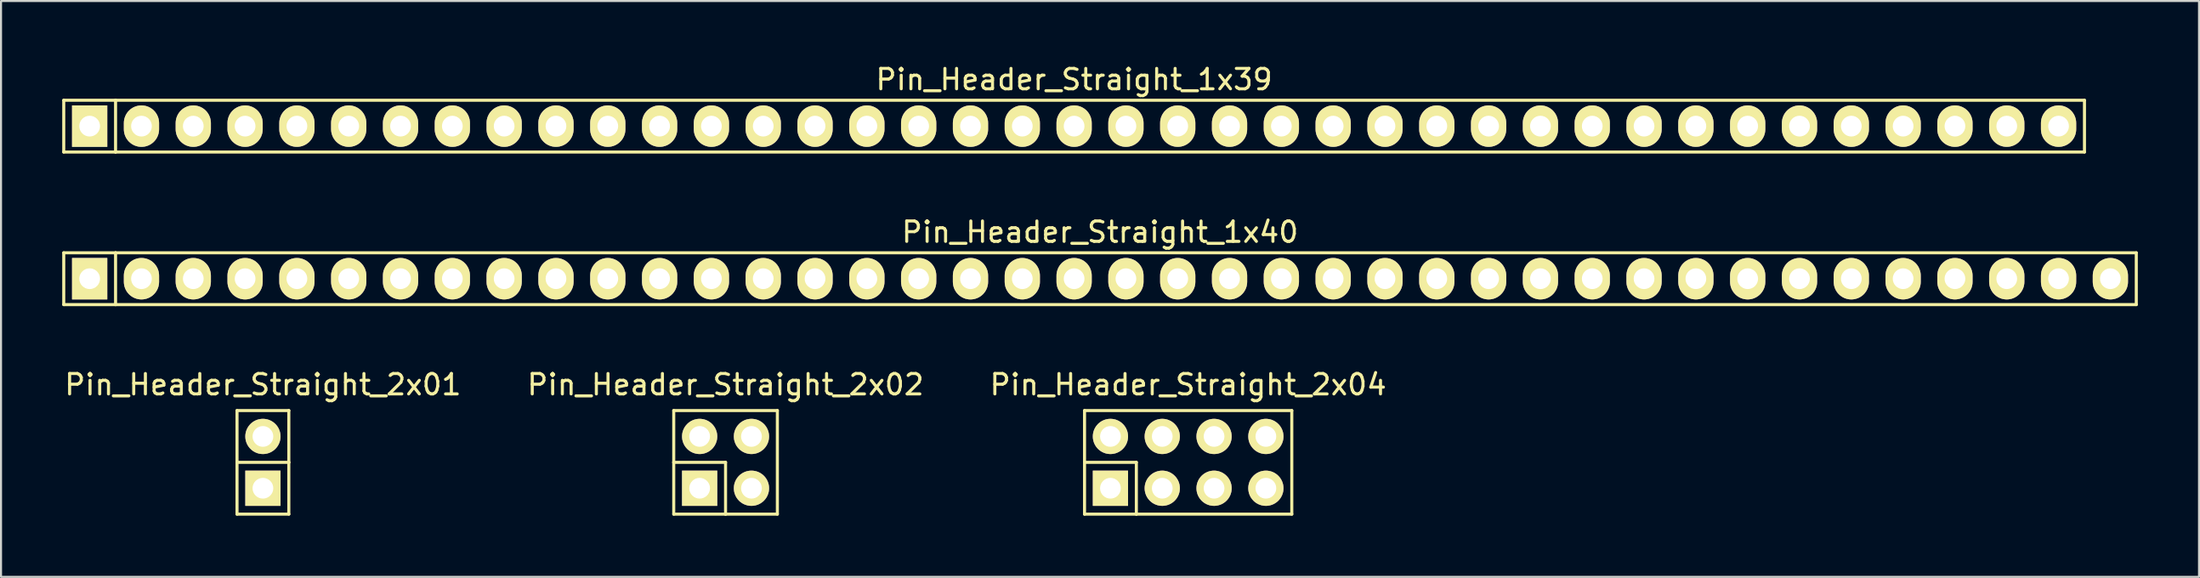
<source format=kicad_pcb>
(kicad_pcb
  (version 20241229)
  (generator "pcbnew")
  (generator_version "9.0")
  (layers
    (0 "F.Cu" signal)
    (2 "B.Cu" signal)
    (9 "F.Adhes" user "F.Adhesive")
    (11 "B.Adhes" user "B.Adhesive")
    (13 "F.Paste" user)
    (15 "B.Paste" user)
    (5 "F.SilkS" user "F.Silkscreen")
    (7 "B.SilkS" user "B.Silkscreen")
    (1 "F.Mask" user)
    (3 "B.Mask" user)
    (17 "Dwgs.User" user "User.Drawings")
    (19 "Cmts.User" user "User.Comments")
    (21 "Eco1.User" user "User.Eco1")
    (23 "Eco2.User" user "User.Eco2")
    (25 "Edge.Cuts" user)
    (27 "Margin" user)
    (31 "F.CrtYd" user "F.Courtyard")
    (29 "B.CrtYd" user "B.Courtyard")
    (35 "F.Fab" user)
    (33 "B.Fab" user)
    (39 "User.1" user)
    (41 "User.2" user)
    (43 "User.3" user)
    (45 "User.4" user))
  (footprint "Pin_Header_Straight_1x40"
    (layer "F.Cu")
    (at 50.875 10.614)
    (property "Reference" "Pin_Header_Straight_1x40" (at 0 -2.286 0) (layer "F.SilkS") (effects (font (size 1 1) (thickness 0.15))))
    (attr through_hole)
    (fp_line (start -50.8 -1.27) (end -50.8 1.27) (stroke (width 0.15) (type solid)) (layer "F.SilkS"))
    (fp_line (start -50.8 -1.27) (end -48.26 -1.27) (stroke (width 0.15) (type solid)) (layer "F.SilkS"))
    (fp_line (start -50.8 1.27) (end -48.26 1.27) (stroke (width 0.15) (type solid)) (layer "F.SilkS"))
    (fp_line (start -48.26 -1.27) (end -48.26 1.27) (stroke (width 0.15) (type solid)) (layer "F.SilkS"))
    (fp_line (start -48.26 1.27) (end 50.8 1.27) (stroke (width 0.15) (type solid)) (layer "F.SilkS"))
    (fp_line (start 50.8 -1.27) (end -48.26 -1.27) (stroke (width 0.15) (type solid)) (layer "F.SilkS"))
    (fp_line (start 50.8 1.27) (end 50.8 -1.27) (stroke (width 0.15) (type solid)) (layer "F.SilkS"))
    (pad "1" thru_hole rect (at -49.53 0) (size 1.727 2.032) (drill 1.016) (layers "*.Cu" "*.Mask" "F.SilkS"))
    (pad "2" thru_hole oval (at -46.99 0) (size 1.727 2.032) (drill 1.016) (layers "*.Cu" "*.Mask" "F.SilkS"))
    (pad "3" thru_hole oval (at -44.45 0) (size 1.727 2.032) (drill 1.016) (layers "*.Cu" "*.Mask" "F.SilkS"))
    (pad "4" thru_hole oval (at -41.91 0) (size 1.727 2.032) (drill 1.016) (layers "*.Cu" "*.Mask" "F.SilkS"))
    (pad "5" thru_hole oval (at -39.37 0) (size 1.727 2.032) (drill 1.016) (layers "*.Cu" "*.Mask" "F.SilkS"))
    (pad "6" thru_hole oval (at -36.83 0) (size 1.727 2.032) (drill 1.016) (layers "*.Cu" "*.Mask" "F.SilkS"))
    (pad "7" thru_hole oval (at -34.29 0) (size 1.727 2.032) (drill 1.016) (layers "*.Cu" "*.Mask" "F.SilkS"))
    (pad "8" thru_hole oval (at -31.75 0) (size 1.727 2.032) (drill 1.016) (layers "*.Cu" "*.Mask" "F.SilkS"))
    (pad "9" thru_hole oval (at -29.21 0) (size 1.727 2.032) (drill 1.016) (layers "*.Cu" "*.Mask" "F.SilkS"))
    (pad "10" thru_hole oval (at -26.67 0) (size 1.727 2.032) (drill 1.016) (layers "*.Cu" "*.Mask" "F.SilkS"))
    (pad "11" thru_hole oval (at -24.13 0) (size 1.727 2.032) (drill 1.016) (layers "*.Cu" "*.Mask" "F.SilkS"))
    (pad "12" thru_hole oval (at -21.59 0) (size 1.727 2.032) (drill 1.016) (layers "*.Cu" "*.Mask" "F.SilkS"))
    (pad "13" thru_hole oval (at -19.05 0) (size 1.727 2.032) (drill 1.016) (layers "*.Cu" "*.Mask" "F.SilkS"))
    (pad "14" thru_hole oval (at -16.51 0) (size 1.727 2.032) (drill 1.016) (layers "*.Cu" "*.Mask" "F.SilkS"))
    (pad "15" thru_hole oval (at -13.97 0) (size 1.727 2.032) (drill 1.016) (layers "*.Cu" "*.Mask" "F.SilkS"))
    (pad "16" thru_hole oval (at -11.43 0) (size 1.727 2.032) (drill 1.016) (layers "*.Cu" "*.Mask" "F.SilkS"))
    (pad "17" thru_hole oval (at -8.89 0) (size 1.727 2.032) (drill 1.016) (layers "*.Cu" "*.Mask" "F.SilkS"))
    (pad "18" thru_hole oval (at -6.35 0) (size 1.727 2.032) (drill 1.016) (layers "*.Cu" "*.Mask" "F.SilkS"))
    (pad "19" thru_hole oval (at -3.81 0) (size 1.727 2.032) (drill 1.016) (layers "*.Cu" "*.Mask" "F.SilkS"))
    (pad "20" thru_hole oval (at -1.27 0) (size 1.727 2.032) (drill 1.016) (layers "*.Cu" "*.Mask" "F.SilkS"))
    (pad "21" thru_hole oval (at 1.27 0) (size 1.727 2.032) (drill 1.016) (layers "*.Cu" "*.Mask" "F.SilkS"))
    (pad "22" thru_hole oval (at 3.81 0) (size 1.727 2.032) (drill 1.016) (layers "*.Cu" "*.Mask" "F.SilkS"))
    (pad "23" thru_hole oval (at 6.35 0) (size 1.727 2.032) (drill 1.016) (layers "*.Cu" "*.Mask" "F.SilkS"))
    (pad "24" thru_hole oval (at 8.89 0) (size 1.727 2.032) (drill 1.016) (layers "*.Cu" "*.Mask" "F.SilkS"))
    (pad "25" thru_hole oval (at 11.43 0) (size 1.727 2.032) (drill 1.016) (layers "*.Cu" "*.Mask" "F.SilkS"))
    (pad "26" thru_hole oval (at 13.97 0) (size 1.727 2.032) (drill 1.016) (layers "*.Cu" "*.Mask" "F.SilkS"))
    (pad "27" thru_hole oval (at 16.51 0) (size 1.727 2.032) (drill 1.016) (layers "*.Cu" "*.Mask" "F.SilkS"))
    (pad "28" thru_hole oval (at 19.05 0) (size 1.727 2.032) (drill 1.016) (layers "*.Cu" "*.Mask" "F.SilkS"))
    (pad "29" thru_hole oval (at 21.59 0) (size 1.727 2.032) (drill 1.016) (layers "*.Cu" "*.Mask" "F.SilkS"))
    (pad "30" thru_hole oval (at 24.13 0) (size 1.727 2.032) (drill 1.016) (layers "*.Cu" "*.Mask" "F.SilkS"))
    (pad "31" thru_hole oval (at 26.67 0) (size 1.727 2.032) (drill 1.016) (layers "*.Cu" "*.Mask" "F.SilkS"))
    (pad "32" thru_hole oval (at 29.21 0) (size 1.727 2.032) (drill 1.016) (layers "*.Cu" "*.Mask" "F.SilkS"))
    (pad "33" thru_hole oval (at 31.75 0) (size 1.727 2.032) (drill 1.016) (layers "*.Cu" "*.Mask" "F.SilkS"))
    (pad "34" thru_hole oval (at 34.29 0) (size 1.727 2.032) (drill 1.016) (layers "*.Cu" "*.Mask" "F.SilkS"))
    (pad "35" thru_hole oval (at 36.83 0) (size 1.727 2.032) (drill 1.016) (layers "*.Cu" "*.Mask" "F.SilkS"))
    (pad "36" thru_hole oval (at 39.37 0) (size 1.727 2.032) (drill 1.016) (layers "*.Cu" "*.Mask" "F.SilkS"))
    (pad "37" thru_hole oval (at 41.91 0) (size 1.727 2.032) (drill 1.016) (layers "*.Cu" "*.Mask" "F.SilkS"))
    (pad "38" thru_hole oval (at 44.45 0) (size 1.727 2.032) (drill 1.016) (layers "*.Cu" "*.Mask" "F.SilkS"))
    (pad "39" thru_hole oval (at 46.99 0) (size 1.727 2.032) (drill 1.016) (layers "*.Cu" "*.Mask" "F.SilkS"))
    (pad "40" thru_hole oval (at 49.53 0) (size 1.727 2.032) (drill 1.016) (layers "*.Cu" "*.Mask" "F.SilkS")))
  (footprint "Pin_Header_Straight_2x02"
    (layer "F.Cu")
    (at 32.518 19.617)
    (property "Reference" "Pin_Header_Straight_2x02" (at 0 -3.81 0) (layer "F.SilkS") (effects (font (size 1 1) (thickness 0.15))))
    (attr through_hole)
    (fp_line (start -2.54 -2.54) (end 2.54 -2.54) (stroke (width 0.15) (type solid)) (layer "F.SilkS"))
    (fp_line (start -2.54 0) (end -2.54 -2.54) (stroke (width 0.15) (type solid)) (layer "F.SilkS"))
    (fp_line (start -2.54 0) (end -2.54 2.54) (stroke (width 0.15) (type solid)) (layer "F.SilkS"))
    (fp_line (start -2.54 2.54) (end 0 2.54) (stroke (width 0.15) (type solid)) (layer "F.SilkS"))
    (fp_line (start 0 0) (end -2.54 0) (stroke (width 0.15) (type solid)) (layer "F.SilkS"))
    (fp_line (start 0 2.54) (end 0 0) (stroke (width 0.15) (type solid)) (layer "F.SilkS"))
    (fp_line (start 2.54 -2.54) (end 2.54 2.54) (stroke (width 0.15) (type solid)) (layer "F.SilkS"))
    (fp_line (start 2.54 2.54) (end 0 2.54) (stroke (width 0.15) (type solid)) (layer "F.SilkS"))
    (pad "1" thru_hole rect (at -1.27 1.27) (size 1.727 1.727) (drill 1.016) (layers "*.Cu" "*.Mask" "F.SilkS"))
    (pad "2" thru_hole oval (at -1.27 -1.27) (size 1.727 1.727) (drill 1.016) (layers "*.Cu" "*.Mask" "F.SilkS"))
    (pad "3" thru_hole oval (at 1.27 1.27) (size 1.727 1.727) (drill 1.016) (layers "*.Cu" "*.Mask" "F.SilkS"))
    (pad "4" thru_hole oval (at 1.27 -1.27) (size 1.727 1.727) (drill 1.016) (layers "*.Cu" "*.Mask" "F.SilkS")))
  (footprint "Pin_Header_Straight_2x04"
    (layer "F.Cu")
    (at 55.196 19.617)
    (property "Reference" "Pin_Header_Straight_2x04" (at 0 -3.81 0) (layer "F.SilkS") (effects (font (size 1 1) (thickness 0.15))))
    (attr through_hole)
    (fp_line (start -5.08 -2.54) (end -5.08 0) (stroke (width 0.15) (type solid)) (layer "F.SilkS"))
    (fp_line (start -5.08 0) (end -2.54 0) (stroke (width 0.15) (type solid)) (layer "F.SilkS"))
    (fp_line (start -5.08 2.54) (end -5.08 0) (stroke (width 0.15) (type solid)) (layer "F.SilkS"))
    (fp_line (start -5.08 2.54) (end -2.54 2.54) (stroke (width 0.15) (type solid)) (layer "F.SilkS"))
    (fp_line (start -2.54 0) (end -2.54 2.54) (stroke (width 0.15) (type solid)) (layer "F.SilkS"))
    (fp_line (start -2.54 2.54) (end 5.08 2.54) (stroke (width 0.15) (type solid)) (layer "F.SilkS"))
    (fp_line (start 5.08 -2.54) (end -5.08 -2.54) (stroke (width 0.15) (type solid)) (layer "F.SilkS"))
    (fp_line (start 5.08 2.54) (end 5.08 -2.54) (stroke (width 0.15) (type solid)) (layer "F.SilkS"))
    (pad "1" thru_hole rect (at -3.81 1.27) (size 1.727 1.727) (drill 1.016) (layers "*.Cu" "*.Mask" "F.SilkS"))
    (pad "2" thru_hole oval (at -3.81 -1.27) (size 1.727 1.727) (drill 1.016) (layers "*.Cu" "*.Mask" "F.SilkS"))
    (pad "3" thru_hole oval (at -1.27 1.27) (size 1.727 1.727) (drill 1.016) (layers "*.Cu" "*.Mask" "F.SilkS"))
    (pad "4" thru_hole oval (at -1.27 -1.27) (size 1.727 1.727) (drill 1.016) (layers "*.Cu" "*.Mask" "F.SilkS"))
    (pad "5" thru_hole oval (at 1.27 1.27) (size 1.727 1.727) (drill 1.016) (layers "*.Cu" "*.Mask" "F.SilkS"))
    (pad "6" thru_hole oval (at 1.27 -1.27) (size 1.727 1.727) (drill 1.016) (layers "*.Cu" "*.Mask" "F.SilkS"))
    (pad "7" thru_hole oval (at 3.81 1.27) (size 1.727 1.727) (drill 1.016) (layers "*.Cu" "*.Mask" "F.SilkS"))
    (pad "8" thru_hole oval (at 3.81 -1.27) (size 1.727 1.727) (drill 1.016) (layers "*.Cu" "*.Mask" "F.SilkS")))
  (footprint "Pin_Header_Straight_1x39"
    (layer "F.Cu")
    (at 49.605 3.134)
    (property "Reference" "Pin_Header_Straight_1x39" (at 0 -2.286 0) (layer "F.SilkS") (effects (font (size 1 1) (thickness 0.15))))
    (attr through_hole)
    (fp_line (start -49.53 -1.27) (end -49.53 1.27) (stroke (width 0.15) (type solid)) (layer "F.SilkS"))
    (fp_line (start -49.53 -1.27) (end -46.99 -1.27) (stroke (width 0.15) (type solid)) (layer "F.SilkS"))
    (fp_line (start -49.53 1.27) (end -46.99 1.27) (stroke (width 0.15) (type solid)) (layer "F.SilkS"))
    (fp_line (start -46.99 -1.27) (end -46.99 1.27) (stroke (width 0.15) (type solid)) (layer "F.SilkS"))
    (fp_line (start -46.99 1.27) (end 49.53 1.27) (stroke (width 0.15) (type solid)) (layer "F.SilkS"))
    (fp_line (start 49.53 -1.27) (end -46.99 -1.27) (stroke (width 0.15) (type solid)) (layer "F.SilkS"))
    (fp_line (start 49.53 1.27) (end 49.53 -1.27) (stroke (width 0.15) (type solid)) (layer "F.SilkS"))
    (pad "1" thru_hole rect (at -48.26 0) (size 1.727 2.032) (drill 1.016) (layers "*.Cu" "*.Mask" "F.SilkS"))
    (pad "2" thru_hole oval (at -45.72 0) (size 1.727 2.032) (drill 1.016) (layers "*.Cu" "*.Mask" "F.SilkS"))
    (pad "3" thru_hole oval (at -43.18 0) (size 1.727 2.032) (drill 1.016) (layers "*.Cu" "*.Mask" "F.SilkS"))
    (pad "4" thru_hole oval (at -40.64 0) (size 1.727 2.032) (drill 1.016) (layers "*.Cu" "*.Mask" "F.SilkS"))
    (pad "5" thru_hole oval (at -38.1 0) (size 1.727 2.032) (drill 1.016) (layers "*.Cu" "*.Mask" "F.SilkS"))
    (pad "6" thru_hole oval (at -35.56 0) (size 1.727 2.032) (drill 1.016) (layers "*.Cu" "*.Mask" "F.SilkS"))
    (pad "7" thru_hole oval (at -33.02 0) (size 1.727 2.032) (drill 1.016) (layers "*.Cu" "*.Mask" "F.SilkS"))
    (pad "8" thru_hole oval (at -30.48 0) (size 1.727 2.032) (drill 1.016) (layers "*.Cu" "*.Mask" "F.SilkS"))
    (pad "9" thru_hole oval (at -27.94 0) (size 1.727 2.032) (drill 1.016) (layers "*.Cu" "*.Mask" "F.SilkS"))
    (pad "10" thru_hole oval (at -25.4 0) (size 1.727 2.032) (drill 1.016) (layers "*.Cu" "*.Mask" "F.SilkS"))
    (pad "11" thru_hole oval (at -22.86 0) (size 1.727 2.032) (drill 1.016) (layers "*.Cu" "*.Mask" "F.SilkS"))
    (pad "12" thru_hole oval (at -20.32 0) (size 1.727 2.032) (drill 1.016) (layers "*.Cu" "*.Mask" "F.SilkS"))
    (pad "13" thru_hole oval (at -17.78 0) (size 1.727 2.032) (drill 1.016) (layers "*.Cu" "*.Mask" "F.SilkS"))
    (pad "14" thru_hole oval (at -15.24 0) (size 1.727 2.032) (drill 1.016) (layers "*.Cu" "*.Mask" "F.SilkS"))
    (pad "15" thru_hole oval (at -12.7 0) (size 1.727 2.032) (drill 1.016) (layers "*.Cu" "*.Mask" "F.SilkS"))
    (pad "16" thru_hole oval (at -10.16 0) (size 1.727 2.032) (drill 1.016) (layers "*.Cu" "*.Mask" "F.SilkS"))
    (pad "17" thru_hole oval (at -7.62 0) (size 1.727 2.032) (drill 1.016) (layers "*.Cu" "*.Mask" "F.SilkS"))
    (pad "18" thru_hole oval (at -5.08 0) (size 1.727 2.032) (drill 1.016) (layers "*.Cu" "*.Mask" "F.SilkS"))
    (pad "19" thru_hole oval (at -2.54 0) (size 1.727 2.032) (drill 1.016) (layers "*.Cu" "*.Mask" "F.SilkS"))
    (pad "20" thru_hole oval (at 0 0) (size 1.727 2.032) (drill 1.016) (layers "*.Cu" "*.Mask" "F.SilkS"))
    (pad "21" thru_hole oval (at 2.54 0) (size 1.727 2.032) (drill 1.016) (layers "*.Cu" "*.Mask" "F.SilkS"))
    (pad "22" thru_hole oval (at 5.08 0) (size 1.727 2.032) (drill 1.016) (layers "*.Cu" "*.Mask" "F.SilkS"))
    (pad "23" thru_hole oval (at 7.62 0) (size 1.727 2.032) (drill 1.016) (layers "*.Cu" "*.Mask" "F.SilkS"))
    (pad "24" thru_hole oval (at 10.16 0) (size 1.727 2.032) (drill 1.016) (layers "*.Cu" "*.Mask" "F.SilkS"))
    (pad "25" thru_hole oval (at 12.7 0) (size 1.727 2.032) (drill 1.016) (layers "*.Cu" "*.Mask" "F.SilkS"))
    (pad "26" thru_hole oval (at 15.24 0) (size 1.727 2.032) (drill 1.016) (layers "*.Cu" "*.Mask" "F.SilkS"))
    (pad "27" thru_hole oval (at 17.78 0) (size 1.727 2.032) (drill 1.016) (layers "*.Cu" "*.Mask" "F.SilkS"))
    (pad "28" thru_hole oval (at 20.32 0) (size 1.727 2.032) (drill 1.016) (layers "*.Cu" "*.Mask" "F.SilkS"))
    (pad "29" thru_hole oval (at 22.86 0) (size 1.727 2.032) (drill 1.016) (layers "*.Cu" "*.Mask" "F.SilkS"))
    (pad "30" thru_hole oval (at 25.4 0) (size 1.727 2.032) (drill 1.016) (layers "*.Cu" "*.Mask" "F.SilkS"))
    (pad "31" thru_hole oval (at 27.94 0) (size 1.727 2.032) (drill 1.016) (layers "*.Cu" "*.Mask" "F.SilkS"))
    (pad "32" thru_hole oval (at 30.48 0) (size 1.727 2.032) (drill 1.016) (layers "*.Cu" "*.Mask" "F.SilkS"))
    (pad "33" thru_hole oval (at 33.02 0) (size 1.727 2.032) (drill 1.016) (layers "*.Cu" "*.Mask" "F.SilkS"))
    (pad "34" thru_hole oval (at 35.56 0) (size 1.727 2.032) (drill 1.016) (layers "*.Cu" "*.Mask" "F.SilkS"))
    (pad "35" thru_hole oval (at 38.1 0) (size 1.727 2.032) (drill 1.016) (layers "*.Cu" "*.Mask" "F.SilkS"))
    (pad "36" thru_hole oval (at 40.64 0) (size 1.727 2.032) (drill 1.016) (layers "*.Cu" "*.Mask" "F.SilkS"))
    (pad "37" thru_hole oval (at 43.18 0) (size 1.727 2.032) (drill 1.016) (layers "*.Cu" "*.Mask" "F.SilkS"))
    (pad "38" thru_hole oval (at 45.72 0) (size 1.727 2.032) (drill 1.016) (layers "*.Cu" "*.Mask" "F.SilkS"))
    (pad "39" thru_hole oval (at 48.26 0) (size 1.727 2.032) (drill 1.016) (layers "*.Cu" "*.Mask" "F.SilkS")))
  (footprint "Pin_Header_Straight_2x01"
    (layer "F.Cu")
    (at 9.839 19.617)
    (property "Reference" "Pin_Header_Straight_2x01" (at 0 -3.81 0) (layer "F.SilkS") (effects (font (size 1 1) (thickness 0.15))))
    (attr through_hole)
    (fp_line (start -1.27 -2.54) (end -1.27 0) (stroke (width 0.15) (type solid)) (layer "F.SilkS"))
    (fp_line (start -1.27 0) (end -1.27 2.54) (stroke (width 0.15) (type solid)) (layer "F.SilkS"))
    (fp_line (start -1.27 0) (end 1.27 0) (stroke (width 0.15) (type solid)) (layer "F.SilkS"))
    (fp_line (start -1.27 2.54) (end 1.27 2.54) (stroke (width 0.15) (type solid)) (layer "F.SilkS"))
    (fp_line (start 1.27 -2.54) (end -1.27 -2.54) (stroke (width 0.15) (type solid)) (layer "F.SilkS"))
    (fp_line (start 1.27 0) (end 1.27 -2.54) (stroke (width 0.15) (type solid)) (layer "F.SilkS"))
    (fp_line (start 1.27 2.54) (end 1.27 0) (stroke (width 0.15) (type solid)) (layer "F.SilkS"))
    (pad "1" thru_hole rect (at 0 1.27) (size 1.727 1.727) (drill 1.016) (layers "*.Cu" "*.Mask" "F.SilkS"))
    (pad "2" thru_hole oval (at 0 -1.27) (size 1.727 1.727) (drill 1.016) (layers "*.Cu" "*.Mask" "F.SilkS")))
  (gr_rect
    (start -3 -3)
    (end 104.75 25.232)
    (stroke (width 0.1) (type default))
    (fill no)
    (layer "Edge.Cuts")))
</source>
